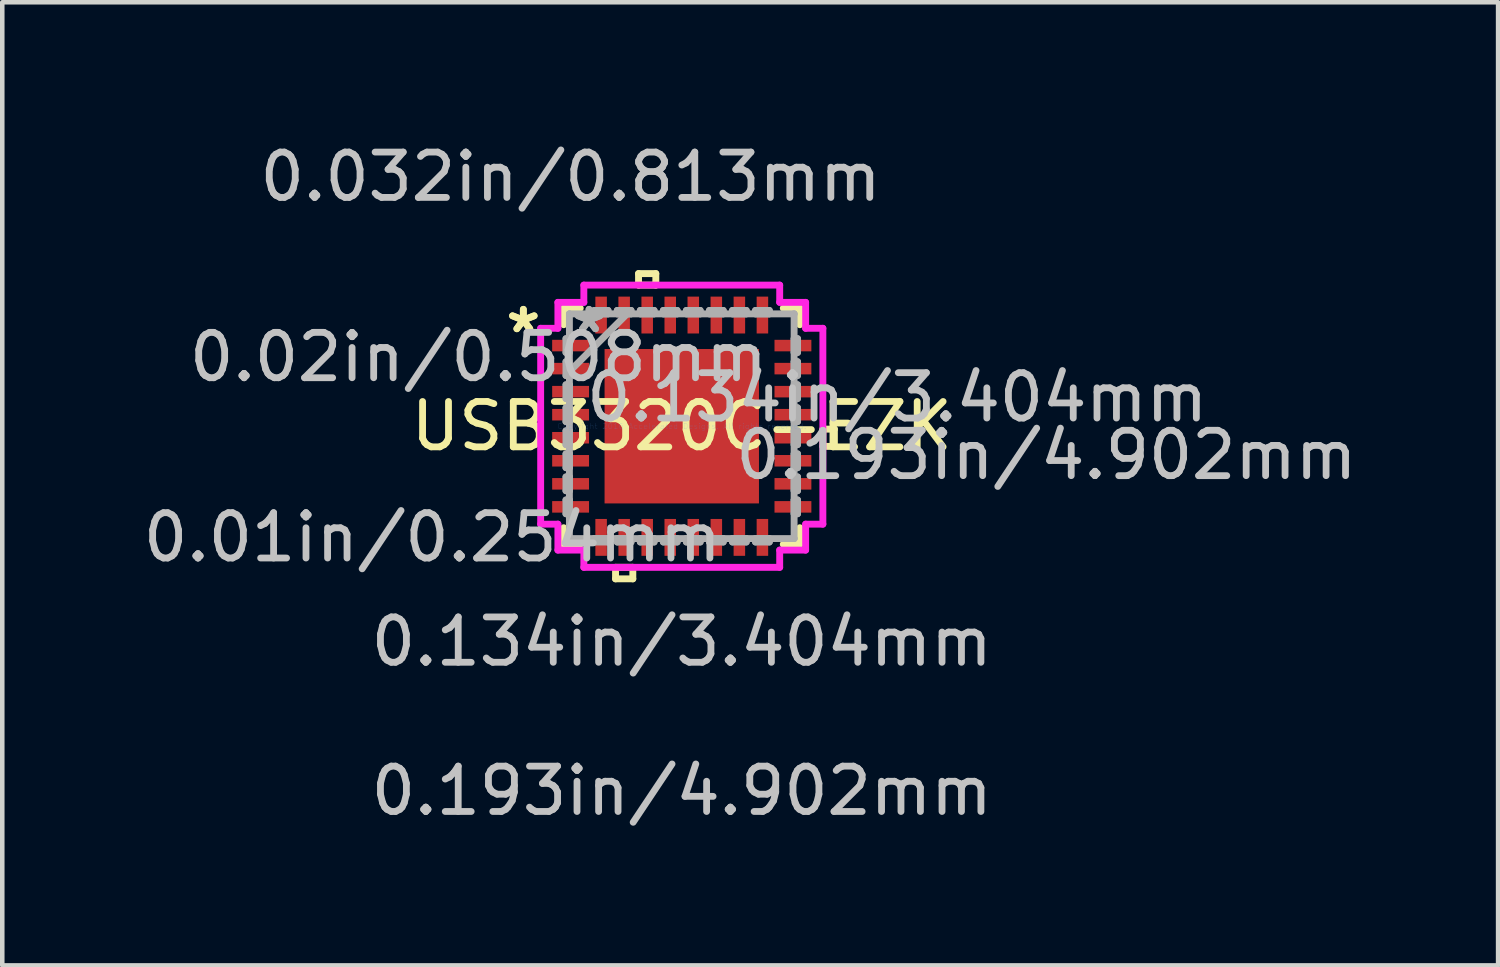
<source format=kicad_pcb>
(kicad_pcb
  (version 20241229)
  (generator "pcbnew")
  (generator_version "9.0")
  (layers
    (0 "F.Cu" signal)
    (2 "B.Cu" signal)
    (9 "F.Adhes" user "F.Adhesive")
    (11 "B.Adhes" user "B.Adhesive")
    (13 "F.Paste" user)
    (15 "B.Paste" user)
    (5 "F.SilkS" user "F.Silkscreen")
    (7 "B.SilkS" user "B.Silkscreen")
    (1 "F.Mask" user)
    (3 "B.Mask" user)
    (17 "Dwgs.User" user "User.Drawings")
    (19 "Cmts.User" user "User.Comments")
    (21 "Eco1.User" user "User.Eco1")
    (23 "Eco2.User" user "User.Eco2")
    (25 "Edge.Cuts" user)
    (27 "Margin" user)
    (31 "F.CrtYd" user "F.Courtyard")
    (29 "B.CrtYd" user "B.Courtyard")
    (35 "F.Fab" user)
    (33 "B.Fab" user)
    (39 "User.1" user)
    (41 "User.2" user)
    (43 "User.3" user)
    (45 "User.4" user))
  (footprint "USB3320C-EZK"
    (layer "F.Cu")
    (at 11.981 6.347)
    (property "Reference" "USB3320C-EZK" (at 0 0 0) (layer "F.SilkS") (effects (font (size 1 1) (thickness 0.15))))
    (attr through_hole)
    (fp_line (start -1.765 -1.765) (end -1.381 -1.765) (stroke (width 0.152) (type solid)) (layer "F.Mask"))
    (fp_line (start -1.765 -1.765) (end 1.765 -1.765) (stroke (width 0.152) (type solid)) (layer "F.Mask"))
    (fp_line (start -1.765 -1.381) (end -1.765 -1.765) (stroke (width 0.152) (type solid)) (layer "F.Mask"))
    (fp_line (start -1.765 -0.981) (end 1.765 -0.981) (stroke (width 0.152) (type solid)) (layer "F.Mask"))
    (fp_line (start -1.765 -0.594) (end -1.765 -0.981) (stroke (width 0.152) (type solid)) (layer "F.Mask"))
    (fp_line (start -1.765 -0.194) (end 1.765 -0.194) (stroke (width 0.152) (type solid)) (layer "F.Mask"))
    (fp_line (start -1.765 0.194) (end -1.765 -0.194) (stroke (width 0.152) (type solid)) (layer "F.Mask"))
    (fp_line (start -1.765 0.594) (end 1.765 0.594) (stroke (width 0.152) (type solid)) (layer "F.Mask"))
    (fp_line (start -1.765 0.981) (end -1.765 0.594) (stroke (width 0.152) (type solid)) (layer "F.Mask"))
    (fp_line (start -1.765 1.381) (end 1.765 1.381) (stroke (width 0.152) (type solid)) (layer "F.Mask"))
    (fp_line (start -1.765 1.765) (end -1.765 -1.765) (stroke (width 0.152) (type solid)) (layer "F.Mask"))
    (fp_line (start -1.765 1.765) (end -1.765 1.381) (stroke (width 0.152) (type solid)) (layer "F.Mask"))
    (fp_line (start -1.381 -1.765) (end -1.381 1.765) (stroke (width 0.152) (type solid)) (layer "F.Mask"))
    (fp_line (start -1.381 1.765) (end -1.765 1.765) (stroke (width 0.152) (type solid)) (layer "F.Mask"))
    (fp_line (start -0.981 -1.765) (end -0.981 1.765) (stroke (width 0.152) (type solid)) (layer "F.Mask"))
    (fp_line (start -0.981 1.765) (end -0.594 1.765) (stroke (width 0.152) (type solid)) (layer "F.Mask"))
    (fp_line (start -0.594 -1.765) (end -0.981 -1.765) (stroke (width 0.152) (type solid)) (layer "F.Mask"))
    (fp_line (start -0.594 1.765) (end -0.594 -1.765) (stroke (width 0.152) (type solid)) (layer "F.Mask"))
    (fp_line (start -0.194 -1.765) (end -0.194 1.765) (stroke (width 0.152) (type solid)) (layer "F.Mask"))
    (fp_line (start -0.194 1.765) (end 0.194 1.765) (stroke (width 0.152) (type solid)) (layer "F.Mask"))
    (fp_line (start 0.194 -1.765) (end -0.194 -1.765) (stroke (width 0.152) (type solid)) (layer "F.Mask"))
    (fp_line (start 0.194 1.765) (end 0.194 -1.765) (stroke (width 0.152) (type solid)) (layer "F.Mask"))
    (fp_line (start 0.594 -1.765) (end 0.594 1.765) (stroke (width 0.152) (type solid)) (layer "F.Mask"))
    (fp_line (start 0.594 1.765) (end 0.981 1.765) (stroke (width 0.152) (type solid)) (layer "F.Mask"))
    (fp_line (start 0.981 -1.765) (end 0.594 -1.765) (stroke (width 0.152) (type solid)) (layer "F.Mask"))
    (fp_line (start 0.981 1.765) (end 0.981 -1.765) (stroke (width 0.152) (type solid)) (layer "F.Mask"))
    (fp_line (start 1.381 -1.765) (end 1.765 -1.765) (stroke (width 0.152) (type solid)) (layer "F.Mask"))
    (fp_line (start 1.381 1.765) (end 1.381 -1.765) (stroke (width 0.152) (type solid)) (layer "F.Mask"))
    (fp_line (start 1.765 -1.765) (end 1.765 -1.381) (stroke (width 0.152) (type solid)) (layer "F.Mask"))
    (fp_line (start 1.765 -1.765) (end 1.765 1.765) (stroke (width 0.152) (type solid)) (layer "F.Mask"))
    (fp_line (start 1.765 -1.381) (end -1.765 -1.381) (stroke (width 0.152) (type solid)) (layer "F.Mask"))
    (fp_line (start 1.765 -0.981) (end 1.765 -0.594) (stroke (width 0.152) (type solid)) (layer "F.Mask"))
    (fp_line (start 1.765 -0.594) (end -1.765 -0.594) (stroke (width 0.152) (type solid)) (layer "F.Mask"))
    (fp_line (start 1.765 -0.194) (end 1.765 0.194) (stroke (width 0.152) (type solid)) (layer "F.Mask"))
    (fp_line (start 1.765 0.194) (end -1.765 0.194) (stroke (width 0.152) (type solid)) (layer "F.Mask"))
    (fp_line (start 1.765 0.594) (end 1.765 0.981) (stroke (width 0.152) (type solid)) (layer "F.Mask"))
    (fp_line (start 1.765 0.981) (end -1.765 0.981) (stroke (width 0.152) (type solid)) (layer "F.Mask"))
    (fp_line (start 1.765 1.381) (end 1.765 1.765) (stroke (width 0.152) (type solid)) (layer "F.Mask"))
    (fp_line (start 1.765 1.765) (end -1.765 1.765) (stroke (width 0.152) (type solid)) (layer "F.Mask"))
    (fp_line (start 1.765 1.765) (end 1.381 1.765) (stroke (width 0.152) (type solid)) (layer "F.Mask"))
    (fp_line (start -2.603 -2.603) (end -2.603 -2.238) (stroke (width 0.152) (type solid)) (layer "F.SilkS"))
    (fp_line (start -2.603 2.238) (end -2.603 2.603) (stroke (width 0.152) (type solid)) (layer "F.SilkS"))
    (fp_line (start -2.603 2.603) (end -2.238 2.603) (stroke (width 0.152) (type solid)) (layer "F.SilkS"))
    (fp_line (start -2.238 -2.603) (end -2.603 -2.603) (stroke (width 0.152) (type solid)) (layer "F.SilkS"))
    (fp_line (start -1.46 3.111) (end -1.46 3.365) (stroke (width 0.152) (type solid)) (layer "F.SilkS"))
    (fp_line (start -1.46 3.365) (end -1.079 3.365) (stroke (width 0.152) (type solid)) (layer "F.SilkS"))
    (fp_line (start -1.079 3.111) (end -1.46 3.111) (stroke (width 0.152) (type solid)) (layer "F.SilkS"))
    (fp_line (start -1.079 3.365) (end -1.079 3.111) (stroke (width 0.152) (type solid)) (layer "F.SilkS"))
    (fp_line (start -0.953 -3.365) (end -0.572 -3.365) (stroke (width 0.152) (type solid)) (layer "F.SilkS"))
    (fp_line (start -0.953 -3.111) (end -0.953 -3.365) (stroke (width 0.152) (type solid)) (layer "F.SilkS"))
    (fp_line (start -0.572 -3.365) (end -0.572 -3.111) (stroke (width 0.152) (type solid)) (layer "F.SilkS"))
    (fp_line (start -0.572 -3.111) (end -0.953 -3.111) (stroke (width 0.152) (type solid)) (layer "F.SilkS"))
    (fp_line (start 2.238 2.603) (end 2.603 2.603) (stroke (width 0.152) (type solid)) (layer "F.SilkS"))
    (fp_line (start 2.603 -2.603) (end 2.238 -2.603) (stroke (width 0.152) (type solid)) (layer "F.SilkS"))
    (fp_line (start 2.603 -2.238) (end 2.603 -2.603) (stroke (width 0.152) (type solid)) (layer "F.SilkS"))
    (fp_line (start 2.603 2.603) (end 2.603 2.238) (stroke (width 0.152) (type solid)) (layer "F.SilkS"))
    (fp_line (start 3.111 0.064) (end 3.365 0.064) (stroke (width 0.152) (type solid)) (layer "F.SilkS"))
    (fp_line (start 3.111 0.445) (end 3.111 0.064) (stroke (width 0.152) (type solid)) (layer "F.SilkS"))
    (fp_line (start 3.365 0.064) (end 3.365 0.445) (stroke (width 0.152) (type solid)) (layer "F.SilkS"))
    (fp_line (start 3.365 0.445) (end 3.111 0.445) (stroke (width 0.152) (type solid)) (layer "F.SilkS"))
    (fp_line (start -1.627 -1.627) (end -1.627 -1.281) (stroke (width 0.152) (type solid)) (layer "F.Paste"))
    (fp_line (start -1.627 -1.281) (end -1.423 -1.281) (stroke (width 0.152) (type solid)) (layer "F.Paste"))
    (fp_line (start -1.627 -1.081) (end -1.627 -0.494) (stroke (width 0.152) (type solid)) (layer "F.Paste"))
    (fp_line (start -1.627 -0.494) (end -1.423 -0.494) (stroke (width 0.152) (type solid)) (layer "F.Paste"))
    (fp_line (start -1.627 -0.294) (end -1.627 0.294) (stroke (width 0.152) (type solid)) (layer "F.Paste"))
    (fp_line (start -1.627 0.294) (end -1.423 0.294) (stroke (width 0.152) (type solid)) (layer "F.Paste"))
    (fp_line (start -1.627 0.494) (end -1.627 1.081) (stroke (width 0.152) (type solid)) (layer "F.Paste"))
    (fp_line (start -1.627 1.081) (end -1.423 1.081) (stroke (width 0.152) (type solid)) (layer "F.Paste"))
    (fp_line (start -1.627 1.281) (end -1.627 1.627) (stroke (width 0.152) (type solid)) (layer "F.Paste"))
    (fp_line (start -1.627 1.627) (end -1.281 1.627) (stroke (width 0.152) (type solid)) (layer "F.Paste"))
    (fp_line (start -1.423 -1.281) (end -1.423 -1.281) (stroke (width 0.152) (type solid)) (layer "F.Paste"))
    (fp_line (start -1.423 -1.281) (end -1.281 -1.423) (stroke (width 0.152) (type solid)) (layer "F.Paste"))
    (fp_line (start -1.423 -1.081) (end -1.627 -1.081) (stroke (width 0.152) (type solid)) (layer "F.Paste"))
    (fp_line (start -1.423 -1.081) (end -1.423 -1.081) (stroke (width 0.152) (type solid)) (layer "F.Paste"))
    (fp_line (start -1.423 -0.494) (end -1.423 -0.494) (stroke (width 0.152) (type solid)) (layer "F.Paste"))
    (fp_line (start -1.423 -0.494) (end -1.281 -0.635) (stroke (width 0.152) (type solid)) (layer "F.Paste"))
    (fp_line (start -1.423 -0.294) (end -1.627 -0.294) (stroke (width 0.152) (type solid)) (layer "F.Paste"))
    (fp_line (start -1.423 -0.294) (end -1.423 -0.294) (stroke (width 0.152) (type solid)) (layer "F.Paste"))
    (fp_line (start -1.423 0.294) (end -1.423 0.294) (stroke (width 0.152) (type solid)) (layer "F.Paste"))
    (fp_line (start -1.423 0.294) (end -1.281 0.152) (stroke (width 0.152) (type solid)) (layer "F.Paste"))
    (fp_line (start -1.423 0.494) (end -1.627 0.494) (stroke (width 0.152) (type solid)) (layer "F.Paste"))
    (fp_line (start -1.423 0.494) (end -1.423 0.494) (stroke (width 0.152) (type solid)) (layer "F.Paste"))
    (fp_line (start -1.423 1.081) (end -1.423 1.081) (stroke (width 0.152) (type solid)) (layer "F.Paste"))
    (fp_line (start -1.423 1.081) (end -1.281 0.94) (stroke (width 0.152) (type solid)) (layer "F.Paste"))
    (fp_line (start -1.423 1.281) (end -1.627 1.281) (stroke (width 0.152) (type solid)) (layer "F.Paste"))
    (fp_line (start -1.423 1.281) (end -1.423 1.281) (stroke (width 0.152) (type solid)) (layer "F.Paste"))
    (fp_line (start -1.281 -1.627) (end -1.627 -1.627) (stroke (width 0.152) (type solid)) (layer "F.Paste"))
    (fp_line (start -1.281 -1.423) (end -1.281 -1.627) (stroke (width 0.152) (type solid)) (layer "F.Paste"))
    (fp_line (start -1.281 -1.423) (end -1.281 -1.423) (stroke (width 0.152) (type solid)) (layer "F.Paste"))
    (fp_line (start -1.281 -0.94) (end -1.423 -1.081) (stroke (width 0.152) (type solid)) (layer "F.Paste"))
    (fp_line (start -1.281 -0.94) (end -1.281 -0.94) (stroke (width 0.152) (type solid)) (layer "F.Paste"))
    (fp_line (start -1.281 -0.635) (end -1.281 -0.94) (stroke (width 0.152) (type solid)) (layer "F.Paste"))
    (fp_line (start -1.281 -0.635) (end -1.281 -0.635) (stroke (width 0.152) (type solid)) (layer "F.Paste"))
    (fp_line (start -1.281 -0.152) (end -1.423 -0.294) (stroke (width 0.152) (type solid)) (layer "F.Paste"))
    (fp_line (start -1.281 -0.152) (end -1.281 -0.152) (stroke (width 0.152) (type solid)) (layer "F.Paste"))
    (fp_line (start -1.281 0.152) (end -1.281 -0.152) (stroke (width 0.152) (type solid)) (layer "F.Paste"))
    (fp_line (start -1.281 0.152) (end -1.281 0.152) (stroke (width 0.152) (type solid)) (layer "F.Paste"))
    (fp_line (start -1.281 0.635) (end -1.423 0.494) (stroke (width 0.152) (type solid)) (layer "F.Paste"))
    (fp_line (start -1.281 0.635) (end -1.281 0.635) (stroke (width 0.152) (type solid)) (layer "F.Paste"))
    (fp_line (start -1.281 0.94) (end -1.281 0.635) (stroke (width 0.152) (type solid)) (layer "F.Paste"))
    (fp_line (start -1.281 0.94) (end -1.281 0.94) (stroke (width 0.152) (type solid)) (layer "F.Paste"))
    (fp_line (start -1.281 1.423) (end -1.423 1.281) (stroke (width 0.152) (type solid)) (layer "F.Paste"))
    (fp_line (start -1.281 1.423) (end -1.281 1.423) (stroke (width 0.152) (type solid)) (layer "F.Paste"))
    (fp_line (start -1.281 1.627) (end -1.281 1.423) (stroke (width 0.152) (type solid)) (layer "F.Paste"))
    (fp_line (start -1.081 -1.627) (end -1.081 -1.423) (stroke (width 0.152) (type solid)) (layer "F.Paste"))
    (fp_line (start -1.081 -1.423) (end -1.081 -1.423) (stroke (width 0.152) (type solid)) (layer "F.Paste"))
    (fp_line (start -1.081 -1.423) (end -0.94 -1.281) (stroke (width 0.152) (type solid)) (layer "F.Paste"))
    (fp_line (start -1.081 -0.94) (end -1.081 -0.94) (stroke (width 0.152) (type solid)) (layer "F.Paste"))
    (fp_line (start -1.081 -0.94) (end -1.081 -0.635) (stroke (width 0.152) (type solid)) (layer "F.Paste"))
    (fp_line (start -1.081 -0.635) (end -1.081 -0.635) (stroke (width 0.152) (type solid)) (layer "F.Paste"))
    (fp_line (start -1.081 -0.635) (end -0.94 -0.494) (stroke (width 0.152) (type solid)) (layer "F.Paste"))
    (fp_line (start -1.081 -0.152) (end -1.081 -0.152) (stroke (width 0.152) (type solid)) (layer "F.Paste"))
    (fp_line (start -1.081 -0.152) (end -1.081 0.152) (stroke (width 0.152) (type solid)) (layer "F.Paste"))
    (fp_line (start -1.081 0.152) (end -1.081 0.152) (stroke (width 0.152) (type solid)) (layer "F.Paste"))
    (fp_line (start -1.081 0.152) (end -0.94 0.294) (stroke (width 0.152) (type solid)) (layer "F.Paste"))
    (fp_line (start -1.081 0.635) (end -1.081 0.635) (stroke (width 0.152) (type solid)) (layer "F.Paste"))
    (fp_line (start -1.081 0.635) (end -1.081 0.94) (stroke (width 0.152) (type solid)) (layer "F.Paste"))
    (fp_line (start -1.081 0.94) (end -1.081 0.94) (stroke (width 0.152) (type solid)) (layer "F.Paste"))
    (fp_line (start -1.081 0.94) (end -0.94 1.081) (stroke (width 0.152) (type solid)) (layer "F.Paste"))
    (fp_line (start -1.081 1.423) (end -1.081 1.423) (stroke (width 0.152) (type solid)) (layer "F.Paste"))
    (fp_line (start -1.081 1.423) (end -1.081 1.627) (stroke (width 0.152) (type solid)) (layer "F.Paste"))
    (fp_line (start -1.081 1.627) (end -0.494 1.627) (stroke (width 0.152) (type solid)) (layer "F.Paste"))
    (fp_line (start -0.94 -1.281) (end -0.94 -1.281) (stroke (width 0.152) (type solid)) (layer "F.Paste"))
    (fp_line (start -0.94 -1.281) (end -0.635 -1.281) (stroke (width 0.152) (type solid)) (layer "F.Paste"))
    (fp_line (start -0.94 -1.081) (end -1.081 -0.94) (stroke (width 0.152) (type solid)) (layer "F.Paste"))
    (fp_line (start -0.94 -1.081) (end -0.94 -1.081) (stroke (width 0.152) (type solid)) (layer "F.Paste"))
    (fp_line (start -0.94 -0.494) (end -0.94 -0.494) (stroke (width 0.152) (type solid)) (layer "F.Paste"))
    (fp_line (start -0.94 -0.494) (end -0.635 -0.494) (stroke (width 0.152) (type solid)) (layer "F.Paste"))
    (fp_line (start -0.94 -0.294) (end -1.081 -0.152) (stroke (width 0.152) (type solid)) (layer "F.Paste"))
    (fp_line (start -0.94 -0.294) (end -0.94 -0.294) (stroke (width 0.152) (type solid)) (layer "F.Paste"))
    (fp_line (start -0.94 0.294) (end -0.94 0.294) (stroke (width 0.152) (type solid)) (layer "F.Paste"))
    (fp_line (start -0.94 0.294) (end -0.635 0.294) (stroke (width 0.152) (type solid)) (layer "F.Paste"))
    (fp_line (start -0.94 0.494) (end -1.081 0.635) (stroke (width 0.152) (type solid)) (layer "F.Paste"))
    (fp_line (start -0.94 0.494) (end -0.94 0.494) (stroke (width 0.152) (type solid)) (layer "F.Paste"))
    (fp_line (start -0.94 1.081) (end -0.94 1.081) (stroke (width 0.152) (type solid)) (layer "F.Paste"))
    (fp_line (start -0.94 1.081) (end -0.635 1.081) (stroke (width 0.152) (type solid)) (layer "F.Paste"))
    (fp_line (start -0.94 1.281) (end -1.081 1.423) (stroke (width 0.152) (type solid)) (layer "F.Paste"))
    (fp_line (start -0.94 1.281) (end -0.94 1.281) (stroke (width 0.152) (type solid)) (layer "F.Paste"))
    (fp_line (start -0.635 -1.281) (end -0.635 -1.281) (stroke (width 0.152) (type solid)) (layer "F.Paste"))
    (fp_line (start -0.635 -1.281) (end -0.494 -1.423) (stroke (width 0.152) (type solid)) (layer "F.Paste"))
    (fp_line (start -0.635 -1.081) (end -0.94 -1.081) (stroke (width 0.152) (type solid)) (layer "F.Paste"))
    (fp_line (start -0.635 -1.081) (end -0.635 -1.081) (stroke (width 0.152) (type solid)) (layer "F.Paste"))
    (fp_line (start -0.635 -0.494) (end -0.635 -0.494) (stroke (width 0.152) (type solid)) (layer "F.Paste"))
    (fp_line (start -0.635 -0.494) (end -0.494 -0.635) (stroke (width 0.152) (type solid)) (layer "F.Paste"))
    (fp_line (start -0.635 -0.294) (end -0.94 -0.294) (stroke (width 0.152) (type solid)) (layer "F.Paste"))
    (fp_line (start -0.635 -0.294) (end -0.635 -0.294) (stroke (width 0.152) (type solid)) (layer "F.Paste"))
    (fp_line (start -0.635 0.294) (end -0.635 0.294) (stroke (width 0.152) (type solid)) (layer "F.Paste"))
    (fp_line (start -0.635 0.294) (end -0.494 0.152) (stroke (width 0.152) (type solid)) (layer "F.Paste"))
    (fp_line (start -0.635 0.494) (end -0.94 0.494) (stroke (width 0.152) (type solid)) (layer "F.Paste"))
    (fp_line (start -0.635 0.494) (end -0.635 0.494) (stroke (width 0.152) (type solid)) (layer "F.Paste"))
    (fp_line (start -0.635 1.081) (end -0.635 1.081) (stroke (width 0.152) (type solid)) (layer "F.Paste"))
    (fp_line (start -0.635 1.081) (end -0.494 0.94) (stroke (width 0.152) (type solid)) (layer "F.Paste"))
    (fp_line (start -0.635 1.281) (end -0.94 1.281) (stroke (width 0.152) (type solid)) (layer "F.Paste"))
    (fp_line (start -0.635 1.281) (end -0.635 1.281) (stroke (width 0.152) (type solid)) (layer "F.Paste"))
    (fp_line (start -0.494 -1.627) (end -1.081 -1.627) (stroke (width 0.152) (type solid)) (layer "F.Paste"))
    (fp_line (start -0.494 -1.423) (end -0.494 -1.627) (stroke (width 0.152) (type solid)) (layer "F.Paste"))
    (fp_line (start -0.494 -1.423) (end -0.494 -1.423) (stroke (width 0.152) (type solid)) (layer "F.Paste"))
    (fp_line (start -0.494 -0.94) (end -0.635 -1.081) (stroke (width 0.152) (type solid)) (layer "F.Paste"))
    (fp_line (start -0.494 -0.94) (end -0.494 -0.94) (stroke (width 0.152) (type solid)) (layer "F.Paste"))
    (fp_line (start -0.494 -0.635) (end -0.494 -0.94) (stroke (width 0.152) (type solid)) (layer "F.Paste"))
    (fp_line (start -0.494 -0.635) (end -0.494 -0.635) (stroke (width 0.152) (type solid)) (layer "F.Paste"))
    (fp_line (start -0.494 -0.152) (end -0.635 -0.294) (stroke (width 0.152) (type solid)) (layer "F.Paste"))
    (fp_line (start -0.494 -0.152) (end -0.494 -0.152) (stroke (width 0.152) (type solid)) (layer "F.Paste"))
    (fp_line (start -0.494 0.152) (end -0.494 -0.152) (stroke (width 0.152) (type solid)) (layer "F.Paste"))
    (fp_line (start -0.494 0.152) (end -0.494 0.152) (stroke (width 0.152) (type solid)) (layer "F.Paste"))
    (fp_line (start -0.494 0.635) (end -0.635 0.494) (stroke (width 0.152) (type solid)) (layer "F.Paste"))
    (fp_line (start -0.494 0.635) (end -0.494 0.635) (stroke (width 0.152) (type solid)) (layer "F.Paste"))
    (fp_line (start -0.494 0.94) (end -0.494 0.635) (stroke (width 0.152) (type solid)) (layer "F.Paste"))
    (fp_line (start -0.494 0.94) (end -0.494 0.94) (stroke (width 0.152) (type solid)) (layer "F.Paste"))
    (fp_line (start -0.494 1.423) (end -0.635 1.281) (stroke (width 0.152) (type solid)) (layer "F.Paste"))
    (fp_line (start -0.494 1.423) (end -0.494 1.423) (stroke (width 0.152) (type solid)) (layer "F.Paste"))
    (fp_line (start -0.494 1.627) (end -0.494 1.423) (stroke (width 0.152) (type solid)) (layer "F.Paste"))
    (fp_line (start -0.294 -1.627) (end -0.294 -1.423) (stroke (width 0.152) (type solid)) (layer "F.Paste"))
    (fp_line (start -0.294 -1.423) (end -0.294 -1.423) (stroke (width 0.152) (type solid)) (layer "F.Paste"))
    (fp_line (start -0.294 -1.423) (end -0.152 -1.281) (stroke (width 0.152) (type solid)) (layer "F.Paste"))
    (fp_line (start -0.294 -0.94) (end -0.294 -0.94) (stroke (width 0.152) (type solid)) (layer "F.Paste"))
    (fp_line (start -0.294 -0.94) (end -0.294 -0.635) (stroke (width 0.152) (type solid)) (layer "F.Paste"))
    (fp_line (start -0.294 -0.635) (end -0.294 -0.635) (stroke (width 0.152) (type solid)) (layer "F.Paste"))
    (fp_line (start -0.294 -0.635) (end -0.152 -0.494) (stroke (width 0.152) (type solid)) (layer "F.Paste"))
    (fp_line (start -0.294 -0.152) (end -0.294 -0.152) (stroke (width 0.152) (type solid)) (layer "F.Paste"))
    (fp_line (start -0.294 -0.152) (end -0.294 0.152) (stroke (width 0.152) (type solid)) (layer "F.Paste"))
    (fp_line (start -0.294 0.152) (end -0.294 0.152) (stroke (width 0.152) (type solid)) (layer "F.Paste"))
    (fp_line (start -0.294 0.152) (end -0.152 0.294) (stroke (width 0.152) (type solid)) (layer "F.Paste"))
    (fp_line (start -0.294 0.635) (end -0.294 0.635) (stroke (width 0.152) (type solid)) (layer "F.Paste"))
    (fp_line (start -0.294 0.635) (end -0.294 0.94) (stroke (width 0.152) (type solid)) (layer "F.Paste"))
    (fp_line (start -0.294 0.94) (end -0.294 0.94) (stroke (width 0.152) (type solid)) (layer "F.Paste"))
    (fp_line (start -0.294 0.94) (end -0.152 1.081) (stroke (width 0.152) (type solid)) (layer "F.Paste"))
    (fp_line (start -0.294 1.423) (end -0.294 1.423) (stroke (width 0.152) (type solid)) (layer "F.Paste"))
    (fp_line (start -0.294 1.423) (end -0.294 1.627) (stroke (width 0.152) (type solid)) (layer "F.Paste"))
    (fp_line (start -0.294 1.627) (end 0.294 1.627) (stroke (width 0.152) (type solid)) (layer "F.Paste"))
    (fp_line (start -0.152 -1.281) (end -0.152 -1.281) (stroke (width 0.152) (type solid)) (layer "F.Paste"))
    (fp_line (start -0.152 -1.281) (end 0.152 -1.281) (stroke (width 0.152) (type solid)) (layer "F.Paste"))
    (fp_line (start -0.152 -1.081) (end -0.294 -0.94) (stroke (width 0.152) (type solid)) (layer "F.Paste"))
    (fp_line (start -0.152 -1.081) (end -0.152 -1.081) (stroke (width 0.152) (type solid)) (layer "F.Paste"))
    (fp_line (start -0.152 -0.494) (end -0.152 -0.494) (stroke (width 0.152) (type solid)) (layer "F.Paste"))
    (fp_line (start -0.152 -0.494) (end 0.152 -0.494) (stroke (width 0.152) (type solid)) (layer "F.Paste"))
    (fp_line (start -0.152 -0.294) (end -0.294 -0.152) (stroke (width 0.152) (type solid)) (layer "F.Paste"))
    (fp_line (start -0.152 -0.294) (end -0.152 -0.294) (stroke (width 0.152) (type solid)) (layer "F.Paste"))
    (fp_line (start -0.152 0.294) (end -0.152 0.294) (stroke (width 0.152) (type solid)) (layer "F.Paste"))
    (fp_line (start -0.152 0.294) (end 0.152 0.294) (stroke (width 0.152) (type solid)) (layer "F.Paste"))
    (fp_line (start -0.152 0.494) (end -0.294 0.635) (stroke (width 0.152) (type solid)) (layer "F.Paste"))
    (fp_line (start -0.152 0.494) (end -0.152 0.494) (stroke (width 0.152) (type solid)) (layer "F.Paste"))
    (fp_line (start -0.152 1.081) (end -0.152 1.081) (stroke (width 0.152) (type solid)) (layer "F.Paste"))
    (fp_line (start -0.152 1.081) (end 0.152 1.081) (stroke (width 0.152) (type solid)) (layer "F.Paste"))
    (fp_line (start -0.152 1.281) (end -0.294 1.423) (stroke (width 0.152) (type solid)) (layer "F.Paste"))
    (fp_line (start -0.152 1.281) (end -0.152 1.281) (stroke (width 0.152) (type solid)) (layer "F.Paste"))
    (fp_line (start 0.152 -1.281) (end 0.152 -1.281) (stroke (width 0.152) (type solid)) (layer "F.Paste"))
    (fp_line (start 0.152 -1.281) (end 0.294 -1.423) (stroke (width 0.152) (type solid)) (layer "F.Paste"))
    (fp_line (start 0.152 -1.081) (end -0.152 -1.081) (stroke (width 0.152) (type solid)) (layer "F.Paste"))
    (fp_line (start 0.152 -1.081) (end 0.152 -1.081) (stroke (width 0.152) (type solid)) (layer "F.Paste"))
    (fp_line (start 0.152 -0.494) (end 0.152 -0.494) (stroke (width 0.152) (type solid)) (layer "F.Paste"))
    (fp_line (start 0.152 -0.494) (end 0.294 -0.635) (stroke (width 0.152) (type solid)) (layer "F.Paste"))
    (fp_line (start 0.152 -0.294) (end -0.152 -0.294) (stroke (width 0.152) (type solid)) (layer "F.Paste"))
    (fp_line (start 0.152 -0.294) (end 0.152 -0.294) (stroke (width 0.152) (type solid)) (layer "F.Paste"))
    (fp_line (start 0.152 0.294) (end 0.152 0.294) (stroke (width 0.152) (type solid)) (layer "F.Paste"))
    (fp_line (start 0.152 0.294) (end 0.294 0.152) (stroke (width 0.152) (type solid)) (layer "F.Paste"))
    (fp_line (start 0.152 0.494) (end -0.152 0.494) (stroke (width 0.152) (type solid)) (layer "F.Paste"))
    (fp_line (start 0.152 0.494) (end 0.152 0.494) (stroke (width 0.152) (type solid)) (layer "F.Paste"))
    (fp_line (start 0.152 1.081) (end 0.152 1.081) (stroke (width 0.152) (type solid)) (layer "F.Paste"))
    (fp_line (start 0.152 1.081) (end 0.294 0.94) (stroke (width 0.152) (type solid)) (layer "F.Paste"))
    (fp_line (start 0.152 1.281) (end -0.152 1.281) (stroke (width 0.152) (type solid)) (layer "F.Paste"))
    (fp_line (start 0.152 1.281) (end 0.152 1.281) (stroke (width 0.152) (type solid)) (layer "F.Paste"))
    (fp_line (start 0.294 -1.627) (end -0.294 -1.627) (stroke (width 0.152) (type solid)) (layer "F.Paste"))
    (fp_line (start 0.294 -1.423) (end 0.294 -1.627) (stroke (width 0.152) (type solid)) (layer "F.Paste"))
    (fp_line (start 0.294 -1.423) (end 0.294 -1.423) (stroke (width 0.152) (type solid)) (layer "F.Paste"))
    (fp_line (start 0.294 -0.94) (end 0.152 -1.081) (stroke (width 0.152) (type solid)) (layer "F.Paste"))
    (fp_line (start 0.294 -0.94) (end 0.294 -0.94) (stroke (width 0.152) (type solid)) (layer "F.Paste"))
    (fp_line (start 0.294 -0.635) (end 0.294 -0.94) (stroke (width 0.152) (type solid)) (layer "F.Paste"))
    (fp_line (start 0.294 -0.635) (end 0.294 -0.635) (stroke (width 0.152) (type solid)) (layer "F.Paste"))
    (fp_line (start 0.294 -0.152) (end 0.152 -0.294) (stroke (width 0.152) (type solid)) (layer "F.Paste"))
    (fp_line (start 0.294 -0.152) (end 0.294 -0.152) (stroke (width 0.152) (type solid)) (layer "F.Paste"))
    (fp_line (start 0.294 0.152) (end 0.294 -0.152) (stroke (width 0.152) (type solid)) (layer "F.Paste"))
    (fp_line (start 0.294 0.152) (end 0.294 0.152) (stroke (width 0.152) (type solid)) (layer "F.Paste"))
    (fp_line (start 0.294 0.635) (end 0.152 0.494) (stroke (width 0.152) (type solid)) (layer "F.Paste"))
    (fp_line (start 0.294 0.635) (end 0.294 0.635) (stroke (width 0.152) (type solid)) (layer "F.Paste"))
    (fp_line (start 0.294 0.94) (end 0.294 0.635) (stroke (width 0.152) (type solid)) (layer "F.Paste"))
    (fp_line (start 0.294 0.94) (end 0.294 0.94) (stroke (width 0.152) (type solid)) (layer "F.Paste"))
    (fp_line (start 0.294 1.423) (end 0.152 1.281) (stroke (width 0.152) (type solid)) (layer "F.Paste"))
    (fp_line (start 0.294 1.423) (end 0.294 1.423) (stroke (width 0.152) (type solid)) (layer "F.Paste"))
    (fp_line (start 0.294 1.627) (end 0.294 1.423) (stroke (width 0.152) (type solid)) (layer "F.Paste"))
    (fp_line (start 0.494 -1.627) (end 0.494 -1.423) (stroke (width 0.152) (type solid)) (layer "F.Paste"))
    (fp_line (start 0.494 -1.423) (end 0.494 -1.423) (stroke (width 0.152) (type solid)) (layer "F.Paste"))
    (fp_line (start 0.494 -1.423) (end 0.635 -1.281) (stroke (width 0.152) (type solid)) (layer "F.Paste"))
    (fp_line (start 0.494 -0.94) (end 0.494 -0.94) (stroke (width 0.152) (type solid)) (layer "F.Paste"))
    (fp_line (start 0.494 -0.94) (end 0.494 -0.635) (stroke (width 0.152) (type solid)) (layer "F.Paste"))
    (fp_line (start 0.494 -0.635) (end 0.494 -0.635) (stroke (width 0.152) (type solid)) (layer "F.Paste"))
    (fp_line (start 0.494 -0.635) (end 0.635 -0.494) (stroke (width 0.152) (type solid)) (layer "F.Paste"))
    (fp_line (start 0.494 -0.152) (end 0.494 -0.152) (stroke (width 0.152) (type solid)) (layer "F.Paste"))
    (fp_line (start 0.494 -0.152) (end 0.494 0.152) (stroke (width 0.152) (type solid)) (layer "F.Paste"))
    (fp_line (start 0.494 0.152) (end 0.494 0.152) (stroke (width 0.152) (type solid)) (layer "F.Paste"))
    (fp_line (start 0.494 0.152) (end 0.635 0.294) (stroke (width 0.152) (type solid)) (layer "F.Paste"))
    (fp_line (start 0.494 0.635) (end 0.494 0.635) (stroke (width 0.152) (type solid)) (layer "F.Paste"))
    (fp_line (start 0.494 0.635) (end 0.494 0.94) (stroke (width 0.152) (type solid)) (layer "F.Paste"))
    (fp_line (start 0.494 0.94) (end 0.494 0.94) (stroke (width 0.152) (type solid)) (layer "F.Paste"))
    (fp_line (start 0.494 0.94) (end 0.635 1.081) (stroke (width 0.152) (type solid)) (layer "F.Paste"))
    (fp_line (start 0.494 1.423) (end 0.494 1.423) (stroke (width 0.152) (type solid)) (layer "F.Paste"))
    (fp_line (start 0.494 1.423) (end 0.494 1.627) (stroke (width 0.152) (type solid)) (layer "F.Paste"))
    (fp_line (start 0.494 1.627) (end 1.081 1.627) (stroke (width 0.152) (type solid)) (layer "F.Paste"))
    (fp_line (start 0.635 -1.281) (end 0.635 -1.281) (stroke (width 0.152) (type solid)) (layer "F.Paste"))
    (fp_line (start 0.635 -1.281) (end 0.94 -1.281) (stroke (width 0.152) (type solid)) (layer "F.Paste"))
    (fp_line (start 0.635 -1.081) (end 0.494 -0.94) (stroke (width 0.152) (type solid)) (layer "F.Paste"))
    (fp_line (start 0.635 -1.081) (end 0.635 -1.081) (stroke (width 0.152) (type solid)) (layer "F.Paste"))
    (fp_line (start 0.635 -0.494) (end 0.635 -0.494) (stroke (width 0.152) (type solid)) (layer "F.Paste"))
    (fp_line (start 0.635 -0.494) (end 0.94 -0.494) (stroke (width 0.152) (type solid)) (layer "F.Paste"))
    (fp_line (start 0.635 -0.294) (end 0.494 -0.152) (stroke (width 0.152) (type solid)) (layer "F.Paste"))
    (fp_line (start 0.635 -0.294) (end 0.635 -0.294) (stroke (width 0.152) (type solid)) (layer "F.Paste"))
    (fp_line (start 0.635 0.294) (end 0.635 0.294) (stroke (width 0.152) (type solid)) (layer "F.Paste"))
    (fp_line (start 0.635 0.294) (end 0.94 0.294) (stroke (width 0.152) (type solid)) (layer "F.Paste"))
    (fp_line (start 0.635 0.494) (end 0.494 0.635) (stroke (width 0.152) (type solid)) (layer "F.Paste"))
    (fp_line (start 0.635 0.494) (end 0.635 0.494) (stroke (width 0.152) (type solid)) (layer "F.Paste"))
    (fp_line (start 0.635 1.081) (end 0.635 1.081) (stroke (width 0.152) (type solid)) (layer "F.Paste"))
    (fp_line (start 0.635 1.081) (end 0.94 1.081) (stroke (width 0.152) (type solid)) (layer "F.Paste"))
    (fp_line (start 0.635 1.281) (end 0.494 1.423) (stroke (width 0.152) (type solid)) (layer "F.Paste"))
    (fp_line (start 0.635 1.281) (end 0.635 1.281) (stroke (width 0.152) (type solid)) (layer "F.Paste"))
    (fp_line (start 0.94 -1.281) (end 0.94 -1.281) (stroke (width 0.152) (type solid)) (layer "F.Paste"))
    (fp_line (start 0.94 -1.281) (end 1.081 -1.423) (stroke (width 0.152) (type solid)) (layer "F.Paste"))
    (fp_line (start 0.94 -1.081) (end 0.635 -1.081) (stroke (width 0.152) (type solid)) (layer "F.Paste"))
    (fp_line (start 0.94 -1.081) (end 0.94 -1.081) (stroke (width 0.152) (type solid)) (layer "F.Paste"))
    (fp_line (start 0.94 -0.494) (end 0.94 -0.494) (stroke (width 0.152) (type solid)) (layer "F.Paste"))
    (fp_line (start 0.94 -0.494) (end 1.081 -0.635) (stroke (width 0.152) (type solid)) (layer "F.Paste"))
    (fp_line (start 0.94 -0.294) (end 0.635 -0.294) (stroke (width 0.152) (type solid)) (layer "F.Paste"))
    (fp_line (start 0.94 -0.294) (end 0.94 -0.294) (stroke (width 0.152) (type solid)) (layer "F.Paste"))
    (fp_line (start 0.94 0.294) (end 0.94 0.294) (stroke (width 0.152) (type solid)) (layer "F.Paste"))
    (fp_line (start 0.94 0.294) (end 1.081 0.152) (stroke (width 0.152) (type solid)) (layer "F.Paste"))
    (fp_line (start 0.94 0.494) (end 0.635 0.494) (stroke (width 0.152) (type solid)) (layer "F.Paste"))
    (fp_line (start 0.94 0.494) (end 0.94 0.494) (stroke (width 0.152) (type solid)) (layer "F.Paste"))
    (fp_line (start 0.94 1.081) (end 0.94 1.081) (stroke (width 0.152) (type solid)) (layer "F.Paste"))
    (fp_line (start 0.94 1.081) (end 1.081 0.94) (stroke (width 0.152) (type solid)) (layer "F.Paste"))
    (fp_line (start 0.94 1.281) (end 0.635 1.281) (stroke (width 0.152) (type solid)) (layer "F.Paste"))
    (fp_line (start 0.94 1.281) (end 0.94 1.281) (stroke (width 0.152) (type solid)) (layer "F.Paste"))
    (fp_line (start 1.081 -1.627) (end 0.494 -1.627) (stroke (width 0.152) (type solid)) (layer "F.Paste"))
    (fp_line (start 1.081 -1.423) (end 1.081 -1.627) (stroke (width 0.152) (type solid)) (layer "F.Paste"))
    (fp_line (start 1.081 -1.423) (end 1.081 -1.423) (stroke (width 0.152) (type solid)) (layer "F.Paste"))
    (fp_line (start 1.081 -0.94) (end 0.94 -1.081) (stroke (width 0.152) (type solid)) (layer "F.Paste"))
    (fp_line (start 1.081 -0.94) (end 1.081 -0.94) (stroke (width 0.152) (type solid)) (layer "F.Paste"))
    (fp_line (start 1.081 -0.635) (end 1.081 -0.94) (stroke (width 0.152) (type solid)) (layer "F.Paste"))
    (fp_line (start 1.081 -0.635) (end 1.081 -0.635) (stroke (width 0.152) (type solid)) (layer "F.Paste"))
    (fp_line (start 1.081 -0.152) (end 0.94 -0.294) (stroke (width 0.152) (type solid)) (layer "F.Paste"))
    (fp_line (start 1.081 -0.152) (end 1.081 -0.152) (stroke (width 0.152) (type solid)) (layer "F.Paste"))
    (fp_line (start 1.081 0.152) (end 1.081 -0.152) (stroke (width 0.152) (type solid)) (layer "F.Paste"))
    (fp_line (start 1.081 0.152) (end 1.081 0.152) (stroke (width 0.152) (type solid)) (layer "F.Paste"))
    (fp_line (start 1.081 0.635) (end 0.94 0.494) (stroke (width 0.152) (type solid)) (layer "F.Paste"))
    (fp_line (start 1.081 0.635) (end 1.081 0.635) (stroke (width 0.152) (type solid)) (layer "F.Paste"))
    (fp_line (start 1.081 0.94) (end 1.081 0.635) (stroke (width 0.152) (type solid)) (layer "F.Paste"))
    (fp_line (start 1.081 0.94) (end 1.081 0.94) (stroke (width 0.152) (type solid)) (layer "F.Paste"))
    (fp_line (start 1.081 1.423) (end 0.94 1.281) (stroke (width 0.152) (type solid)) (layer "F.Paste"))
    (fp_line (start 1.081 1.423) (end 1.081 1.423) (stroke (width 0.152) (type solid)) (layer "F.Paste"))
    (fp_line (start 1.081 1.627) (end 1.081 1.423) (stroke (width 0.152) (type solid)) (layer "F.Paste"))
    (fp_line (start 1.281 -1.627) (end 1.281 -1.423) (stroke (width 0.152) (type solid)) (layer "F.Paste"))
    (fp_line (start 1.281 -1.423) (end 1.281 -1.423) (stroke (width 0.152) (type solid)) (layer "F.Paste"))
    (fp_line (start 1.281 -1.423) (end 1.423 -1.281) (stroke (width 0.152) (type solid)) (layer "F.Paste"))
    (fp_line (start 1.281 -0.94) (end 1.281 -0.94) (stroke (width 0.152) (type solid)) (layer "F.Paste"))
    (fp_line (start 1.281 -0.94) (end 1.281 -0.635) (stroke (width 0.152) (type solid)) (layer "F.Paste"))
    (fp_line (start 1.281 -0.635) (end 1.281 -0.635) (stroke (width 0.152) (type solid)) (layer "F.Paste"))
    (fp_line (start 1.281 -0.635) (end 1.423 -0.494) (stroke (width 0.152) (type solid)) (layer "F.Paste"))
    (fp_line (start 1.281 -0.152) (end 1.281 -0.152) (stroke (width 0.152) (type solid)) (layer "F.Paste"))
    (fp_line (start 1.281 -0.152) (end 1.281 0.152) (stroke (width 0.152) (type solid)) (layer "F.Paste"))
    (fp_line (start 1.281 0.152) (end 1.281 0.152) (stroke (width 0.152) (type solid)) (layer "F.Paste"))
    (fp_line (start 1.281 0.152) (end 1.423 0.294) (stroke (width 0.152) (type solid)) (layer "F.Paste"))
    (fp_line (start 1.281 0.635) (end 1.281 0.635) (stroke (width 0.152) (type solid)) (layer "F.Paste"))
    (fp_line (start 1.281 0.635) (end 1.281 0.94) (stroke (width 0.152) (type solid)) (layer "F.Paste"))
    (fp_line (start 1.281 0.94) (end 1.281 0.94) (stroke (width 0.152) (type solid)) (layer "F.Paste"))
    (fp_line (start 1.281 0.94) (end 1.423 1.081) (stroke (width 0.152) (type solid)) (layer "F.Paste"))
    (fp_line (start 1.281 1.423) (end 1.281 1.423) (stroke (width 0.152) (type solid)) (layer "F.Paste"))
    (fp_line (start 1.281 1.423) (end 1.281 1.627) (stroke (width 0.152) (type solid)) (layer "F.Paste"))
    (fp_line (start 1.281 1.627) (end 1.627 1.627) (stroke (width 0.152) (type solid)) (layer "F.Paste"))
    (fp_line (start 1.423 -1.281) (end 1.423 -1.281) (stroke (width 0.152) (type solid)) (layer "F.Paste"))
    (fp_line (start 1.423 -1.281) (end 1.627 -1.281) (stroke (width 0.152) (type solid)) (layer "F.Paste"))
    (fp_line (start 1.423 -1.081) (end 1.281 -0.94) (stroke (width 0.152) (type solid)) (layer "F.Paste"))
    (fp_line (start 1.423 -1.081) (end 1.423 -1.081) (stroke (width 0.152) (type solid)) (layer "F.Paste"))
    (fp_line (start 1.423 -0.494) (end 1.423 -0.494) (stroke (width 0.152) (type solid)) (layer "F.Paste"))
    (fp_line (start 1.423 -0.494) (end 1.627 -0.494) (stroke (width 0.152) (type solid)) (layer "F.Paste"))
    (fp_line (start 1.423 -0.294) (end 1.281 -0.152) (stroke (width 0.152) (type solid)) (layer "F.Paste"))
    (fp_line (start 1.423 -0.294) (end 1.423 -0.294) (stroke (width 0.152) (type solid)) (layer "F.Paste"))
    (fp_line (start 1.423 0.294) (end 1.423 0.294) (stroke (width 0.152) (type solid)) (layer "F.Paste"))
    (fp_line (start 1.423 0.294) (end 1.627 0.294) (stroke (width 0.152) (type solid)) (layer "F.Paste"))
    (fp_line (start 1.423 0.494) (end 1.281 0.635) (stroke (width 0.152) (type solid)) (layer "F.Paste"))
    (fp_line (start 1.423 0.494) (end 1.423 0.494) (stroke (width 0.152) (type solid)) (layer "F.Paste"))
    (fp_line (start 1.423 1.081) (end 1.423 1.081) (stroke (width 0.152) (type solid)) (layer "F.Paste"))
    (fp_line (start 1.423 1.081) (end 1.627 1.081) (stroke (width 0.152) (type solid)) (layer "F.Paste"))
    (fp_line (start 1.423 1.281) (end 1.281 1.423) (stroke (width 0.152) (type solid)) (layer "F.Paste"))
    (fp_line (start 1.423 1.281) (end 1.423 1.281) (stroke (width 0.152) (type solid)) (layer "F.Paste"))
    (fp_line (start 1.627 -1.627) (end 1.281 -1.627) (stroke (width 0.152) (type solid)) (layer "F.Paste"))
    (fp_line (start 1.627 -1.281) (end 1.627 -1.627) (stroke (width 0.152) (type solid)) (layer "F.Paste"))
    (fp_line (start 1.627 -1.081) (end 1.423 -1.081) (stroke (width 0.152) (type solid)) (layer "F.Paste"))
    (fp_line (start 1.627 -0.494) (end 1.627 -1.081) (stroke (width 0.152) (type solid)) (layer "F.Paste"))
    (fp_line (start 1.627 -0.294) (end 1.423 -0.294) (stroke (width 0.152) (type solid)) (layer "F.Paste"))
    (fp_line (start 1.627 0.294) (end 1.627 -0.294) (stroke (width 0.152) (type solid)) (layer "F.Paste"))
    (fp_line (start 1.627 0.494) (end 1.423 0.494) (stroke (width 0.152) (type solid)) (layer "F.Paste"))
    (fp_line (start 1.627 1.081) (end 1.627 0.494) (stroke (width 0.152) (type solid)) (layer "F.Paste"))
    (fp_line (start 1.627 1.281) (end 1.423 1.281) (stroke (width 0.152) (type solid)) (layer "F.Paste"))
    (fp_line (start 1.627 1.627) (end 1.627 1.281) (stroke (width 0.152) (type solid)) (layer "F.Paste"))
    (fp_circle (center -1.181 -1.181) (end -0.8 -1.181) (stroke (width 0.152) (type solid)) (fill no) (layer "Eco1.User"))
    (fp_circle (center -1.181 -0.394) (end -0.8 -0.394) (stroke (width 0.152) (type solid)) (fill no) (layer "Eco1.User"))
    (fp_circle (center -1.181 0.394) (end -0.8 0.394) (stroke (width 0.152) (type solid)) (fill no) (layer "Eco1.User"))
    (fp_circle (center -1.181 1.181) (end -0.8 1.181) (stroke (width 0.152) (type solid)) (fill no) (layer "Eco1.User"))
    (fp_circle (center -0.394 -1.181) (end -0.013 -1.181) (stroke (width 0.152) (type solid)) (fill no) (layer "Eco1.User"))
    (fp_circle (center -0.394 -0.394) (end -0.013 -0.394) (stroke (width 0.152) (type solid)) (fill no) (layer "Eco1.User"))
    (fp_circle (center -0.394 0.394) (end -0.013 0.394) (stroke (width 0.152) (type solid)) (fill no) (layer "Eco1.User"))
    (fp_circle (center -0.394 1.181) (end -0.013 1.181) (stroke (width 0.152) (type solid)) (fill no) (layer "Eco1.User"))
    (fp_circle (center 0.394 -1.181) (end 0.775 -1.181) (stroke (width 0.152) (type solid)) (fill no) (layer "Eco1.User"))
    (fp_circle (center 0.394 -0.394) (end 0.775 -0.394) (stroke (width 0.152) (type solid)) (fill no) (layer "Eco1.User"))
    (fp_circle (center 0.394 0.394) (end 0.775 0.394) (stroke (width 0.152) (type solid)) (fill no) (layer "Eco1.User"))
    (fp_circle (center 0.394 1.181) (end 0.775 1.181) (stroke (width 0.152) (type solid)) (fill no) (layer "Eco1.User"))
    (fp_circle (center 1.181 -1.181) (end 1.562 -1.181) (stroke (width 0.152) (type solid)) (fill no) (layer "Eco1.User"))
    (fp_circle (center 1.181 -0.394) (end 1.562 -0.394) (stroke (width 0.152) (type solid)) (fill no) (layer "Eco1.User"))
    (fp_circle (center 1.181 0.394) (end 1.562 0.394) (stroke (width 0.152) (type solid)) (fill no) (layer "Eco1.User"))
    (fp_circle (center 1.181 1.181) (end 1.562 1.181) (stroke (width 0.152) (type solid)) (fill no) (layer "Eco1.User"))
    (fp_line (start -3.111 -2.159) (end -2.731 -2.159) (stroke (width 0.152) (type solid)) (layer "F.CrtYd"))
    (fp_line (start -3.111 2.159) (end -3.111 -2.159) (stroke (width 0.152) (type solid)) (layer "F.CrtYd"))
    (fp_line (start -2.731 -2.731) (end -2.159 -2.731) (stroke (width 0.152) (type solid)) (layer "F.CrtYd"))
    (fp_line (start -2.731 -2.159) (end -2.731 -2.731) (stroke (width 0.152) (type solid)) (layer "F.CrtYd"))
    (fp_line (start -2.731 2.159) (end -3.111 2.159) (stroke (width 0.152) (type solid)) (layer "F.CrtYd"))
    (fp_line (start -2.731 2.731) (end -2.731 2.159) (stroke (width 0.152) (type solid)) (layer "F.CrtYd"))
    (fp_line (start -2.159 -3.111) (end 2.159 -3.111) (stroke (width 0.152) (type solid)) (layer "F.CrtYd"))
    (fp_line (start -2.159 -2.731) (end -2.159 -3.111) (stroke (width 0.152) (type solid)) (layer "F.CrtYd"))
    (fp_line (start -2.159 2.731) (end -2.731 2.731) (stroke (width 0.152) (type solid)) (layer "F.CrtYd"))
    (fp_line (start -2.159 3.111) (end -2.159 2.731) (stroke (width 0.152) (type solid)) (layer "F.CrtYd"))
    (fp_line (start 2.159 -3.111) (end 2.159 -2.731) (stroke (width 0.152) (type solid)) (layer "F.CrtYd"))
    (fp_line (start 2.159 -2.731) (end 2.731 -2.731) (stroke (width 0.152) (type solid)) (layer "F.CrtYd"))
    (fp_line (start 2.159 2.731) (end 2.159 3.111) (stroke (width 0.152) (type solid)) (layer "F.CrtYd"))
    (fp_line (start 2.159 3.111) (end -2.159 3.111) (stroke (width 0.152) (type solid)) (layer "F.CrtYd"))
    (fp_line (start 2.731 -2.731) (end 2.731 -2.159) (stroke (width 0.152) (type solid)) (layer "F.CrtYd"))
    (fp_line (start 2.731 -2.159) (end 3.111 -2.159) (stroke (width 0.152) (type solid)) (layer "F.CrtYd"))
    (fp_line (start 2.731 2.159) (end 2.731 2.731) (stroke (width 0.152) (type solid)) (layer "F.CrtYd"))
    (fp_line (start 2.731 2.731) (end 2.159 2.731) (stroke (width 0.152) (type solid)) (layer "F.CrtYd"))
    (fp_line (start 3.111 -2.159) (end 3.111 2.159) (stroke (width 0.152) (type solid)) (layer "F.CrtYd"))
    (fp_line (start 3.111 2.159) (end 2.731 2.159) (stroke (width 0.152) (type solid)) (layer "F.CrtYd"))
    (fp_line (start -2.553 -1.93) (end -2.553 -1.626) (stroke (width 0.152) (type solid)) (layer "F.Fab"))
    (fp_line (start -2.553 -1.626) (end -2.477 -1.626) (stroke (width 0.152) (type solid)) (layer "F.Fab"))
    (fp_line (start -2.553 -1.422) (end -2.553 -1.118) (stroke (width 0.152) (type solid)) (layer "F.Fab"))
    (fp_line (start -2.553 -1.118) (end -2.477 -1.118) (stroke (width 0.152) (type solid)) (layer "F.Fab"))
    (fp_line (start -2.553 -0.914) (end -2.553 -0.61) (stroke (width 0.152) (type solid)) (layer "F.Fab"))
    (fp_line (start -2.553 -0.61) (end -2.477 -0.61) (stroke (width 0.152) (type solid)) (layer "F.Fab"))
    (fp_line (start -2.553 -0.406) (end -2.553 -0.102) (stroke (width 0.152) (type solid)) (layer "F.Fab"))
    (fp_line (start -2.553 -0.102) (end -2.477 -0.102) (stroke (width 0.152) (type solid)) (layer "F.Fab"))
    (fp_line (start -2.553 0.102) (end -2.553 0.406) (stroke (width 0.152) (type solid)) (layer "F.Fab"))
    (fp_line (start -2.553 0.406) (end -2.477 0.406) (stroke (width 0.152) (type solid)) (layer "F.Fab"))
    (fp_line (start -2.553 0.61) (end -2.553 0.914) (stroke (width 0.152) (type solid)) (layer "F.Fab"))
    (fp_line (start -2.553 0.914) (end -2.477 0.914) (stroke (width 0.152) (type solid)) (layer "F.Fab"))
    (fp_line (start -2.553 1.118) (end -2.553 1.422) (stroke (width 0.152) (type solid)) (layer "F.Fab"))
    (fp_line (start -2.553 1.422) (end -2.477 1.422) (stroke (width 0.152) (type solid)) (layer "F.Fab"))
    (fp_line (start -2.553 1.626) (end -2.553 1.93) (stroke (width 0.152) (type solid)) (layer "F.Fab"))
    (fp_line (start -2.553 1.93) (end -2.477 1.93) (stroke (width 0.152) (type solid)) (layer "F.Fab"))
    (fp_line (start -2.477 -2.477) (end -2.477 -2.477) (stroke (width 0.152) (type solid)) (layer "F.Fab"))
    (fp_line (start -2.477 -2.477) (end -2.477 2.477) (stroke (width 0.152) (type solid)) (layer "F.Fab"))
    (fp_line (start -2.477 -1.93) (end -2.553 -1.93) (stroke (width 0.152) (type solid)) (layer "F.Fab"))
    (fp_line (start -2.477 -1.626) (end -2.477 -1.93) (stroke (width 0.152) (type solid)) (layer "F.Fab"))
    (fp_line (start -2.477 -1.422) (end -2.553 -1.422) (stroke (width 0.152) (type solid)) (layer "F.Fab"))
    (fp_line (start -2.477 -1.206) (end -1.206 -2.477) (stroke (width 0.152) (type solid)) (layer "F.Fab"))
    (fp_line (start -2.477 -1.118) (end -2.477 -1.422) (stroke (width 0.152) (type solid)) (layer "F.Fab"))
    (fp_line (start -2.477 -0.914) (end -2.553 -0.914) (stroke (width 0.152) (type solid)) (layer "F.Fab"))
    (fp_line (start -2.477 -0.61) (end -2.477 -0.914) (stroke (width 0.152) (type solid)) (layer "F.Fab"))
    (fp_line (start -2.477 -0.406) (end -2.553 -0.406) (stroke (width 0.152) (type solid)) (layer "F.Fab"))
    (fp_line (start -2.477 -0.102) (end -2.477 -0.406) (stroke (width 0.152) (type solid)) (layer "F.Fab"))
    (fp_line (start -2.477 0.102) (end -2.553 0.102) (stroke (width 0.152) (type solid)) (layer "F.Fab"))
    (fp_line (start -2.477 0.406) (end -2.477 0.102) (stroke (width 0.152) (type solid)) (layer "F.Fab"))
    (fp_line (start -2.477 0.61) (end -2.553 0.61) (stroke (width 0.152) (type solid)) (layer "F.Fab"))
    (fp_line (start -2.477 0.914) (end -2.477 0.61) (stroke (width 0.152) (type solid)) (layer "F.Fab"))
    (fp_line (start -2.477 1.118) (end -2.553 1.118) (stroke (width 0.152) (type solid)) (layer "F.Fab"))
    (fp_line (start -2.477 1.422) (end -2.477 1.118) (stroke (width 0.152) (type solid)) (layer "F.Fab"))
    (fp_line (start -2.477 1.626) (end -2.553 1.626) (stroke (width 0.152) (type solid)) (layer "F.Fab"))
    (fp_line (start -2.477 1.93) (end -2.477 1.626) (stroke (width 0.152) (type solid)) (layer "F.Fab"))
    (fp_line (start -2.477 2.477) (end -2.477 2.477) (stroke (width 0.152) (type solid)) (layer "F.Fab"))
    (fp_line (start -2.477 2.477) (end 2.477 2.477) (stroke (width 0.152) (type solid)) (layer "F.Fab"))
    (fp_line (start -1.93 -2.553) (end -1.93 -2.477) (stroke (width 0.152) (type solid)) (layer "F.Fab"))
    (fp_line (start -1.93 -2.477) (end -1.626 -2.477) (stroke (width 0.152) (type solid)) (layer "F.Fab"))
    (fp_line (start -1.93 2.477) (end -1.93 2.553) (stroke (width 0.152) (type solid)) (layer "F.Fab"))
    (fp_line (start -1.93 2.553) (end -1.626 2.553) (stroke (width 0.152) (type solid)) (layer "F.Fab"))
    (fp_line (start -1.626 -2.553) (end -1.93 -2.553) (stroke (width 0.152) (type solid)) (layer "F.Fab"))
    (fp_line (start -1.626 -2.477) (end -1.626 -2.553) (stroke (width 0.152) (type solid)) (layer "F.Fab"))
    (fp_line (start -1.626 2.477) (end -1.93 2.477) (stroke (width 0.152) (type solid)) (layer "F.Fab"))
    (fp_line (start -1.626 2.553) (end -1.626 2.477) (stroke (width 0.152) (type solid)) (layer "F.Fab"))
    (fp_line (start -1.422 -2.553) (end -1.422 -2.477) (stroke (width 0.152) (type solid)) (layer "F.Fab"))
    (fp_line (start -1.422 -2.477) (end -1.118 -2.477) (stroke (width 0.152) (type solid)) (layer "F.Fab"))
    (fp_line (start -1.422 2.477) (end -1.422 2.553) (stroke (width 0.152) (type solid)) (layer "F.Fab"))
    (fp_line (start -1.422 2.553) (end -1.118 2.553) (stroke (width 0.152) (type solid)) (layer "F.Fab"))
    (fp_line (start -1.118 -2.553) (end -1.422 -2.553) (stroke (width 0.152) (type solid)) (layer "F.Fab"))
    (fp_line (start -1.118 -2.477) (end -1.118 -2.553) (stroke (width 0.152) (type solid)) (layer "F.Fab"))
    (fp_line (start -1.118 2.477) (end -1.422 2.477) (stroke (width 0.152) (type solid)) (layer "F.Fab"))
    (fp_line (start -1.118 2.553) (end -1.118 2.477) (stroke (width 0.152) (type solid)) (layer "F.Fab"))
    (fp_line (start -0.914 -2.553) (end -0.914 -2.477) (stroke (width 0.152) (type solid)) (layer "F.Fab"))
    (fp_line (start -0.914 -2.477) (end -0.61 -2.477) (stroke (width 0.152) (type solid)) (layer "F.Fab"))
    (fp_line (start -0.914 2.477) (end -0.914 2.553) (stroke (width 0.152) (type solid)) (layer "F.Fab"))
    (fp_line (start -0.914 2.553) (end -0.61 2.553) (stroke (width 0.152) (type solid)) (layer "F.Fab"))
    (fp_line (start -0.61 -2.553) (end -0.914 -2.553) (stroke (width 0.152) (type solid)) (layer "F.Fab"))
    (fp_line (start -0.61 -2.477) (end -0.61 -2.553) (stroke (width 0.152) (type solid)) (layer "F.Fab"))
    (fp_line (start -0.61 2.477) (end -0.914 2.477) (stroke (width 0.152) (type solid)) (layer "F.Fab"))
    (fp_line (start -0.61 2.553) (end -0.61 2.477) (stroke (width 0.152) (type solid)) (layer "F.Fab"))
    (fp_line (start -0.406 -2.553) (end -0.406 -2.477) (stroke (width 0.152) (type solid)) (layer "F.Fab"))
    (fp_line (start -0.406 -2.477) (end -0.102 -2.477) (stroke (width 0.152) (type solid)) (layer "F.Fab"))
    (fp_line (start -0.406 2.477) (end -0.406 2.553) (stroke (width 0.152) (type solid)) (layer "F.Fab"))
    (fp_line (start -0.406 2.553) (end -0.102 2.553) (stroke (width 0.152) (type solid)) (layer "F.Fab"))
    (fp_line (start -0.102 -2.553) (end -0.406 -2.553) (stroke (width 0.152) (type solid)) (layer "F.Fab"))
    (fp_line (start -0.102 -2.477) (end -0.102 -2.553) (stroke (width 0.152) (type solid)) (layer "F.Fab"))
    (fp_line (start -0.102 2.477) (end -0.406 2.477) (stroke (width 0.152) (type solid)) (layer "F.Fab"))
    (fp_line (start -0.102 2.553) (end -0.102 2.477) (stroke (width 0.152) (type solid)) (layer "F.Fab"))
    (fp_line (start 0.102 -2.553) (end 0.102 -2.477) (stroke (width 0.152) (type solid)) (layer "F.Fab"))
    (fp_line (start 0.102 -2.477) (end 0.406 -2.477) (stroke (width 0.152) (type solid)) (layer "F.Fab"))
    (fp_line (start 0.102 2.477) (end 0.102 2.553) (stroke (width 0.152) (type solid)) (layer "F.Fab"))
    (fp_line (start 0.102 2.553) (end 0.406 2.553) (stroke (width 0.152) (type solid)) (layer "F.Fab"))
    (fp_line (start 0.406 -2.553) (end 0.102 -2.553) (stroke (width 0.152) (type solid)) (layer "F.Fab"))
    (fp_line (start 0.406 -2.477) (end 0.406 -2.553) (stroke (width 0.152) (type solid)) (layer "F.Fab"))
    (fp_line (start 0.406 2.477) (end 0.102 2.477) (stroke (width 0.152) (type solid)) (layer "F.Fab"))
    (fp_line (start 0.406 2.553) (end 0.406 2.477) (stroke (width 0.152) (type solid)) (layer "F.Fab"))
    (fp_line (start 0.61 -2.553) (end 0.61 -2.477) (stroke (width 0.152) (type solid)) (layer "F.Fab"))
    (fp_line (start 0.61 -2.477) (end 0.914 -2.477) (stroke (width 0.152) (type solid)) (layer "F.Fab"))
    (fp_line (start 0.61 2.477) (end 0.61 2.553) (stroke (width 0.152) (type solid)) (layer "F.Fab"))
    (fp_line (start 0.61 2.553) (end 0.914 2.553) (stroke (width 0.152) (type solid)) (layer "F.Fab"))
    (fp_line (start 0.914 -2.553) (end 0.61 -2.553) (stroke (width 0.152) (type solid)) (layer "F.Fab"))
    (fp_line (start 0.914 -2.477) (end 0.914 -2.553) (stroke (width 0.152) (type solid)) (layer "F.Fab"))
    (fp_line (start 0.914 2.477) (end 0.61 2.477) (stroke (width 0.152) (type solid)) (layer "F.Fab"))
    (fp_line (start 0.914 2.553) (end 0.914 2.477) (stroke (width 0.152) (type solid)) (layer "F.Fab"))
    (fp_line (start 1.118 -2.553) (end 1.118 -2.477) (stroke (width 0.152) (type solid)) (layer "F.Fab"))
    (fp_line (start 1.118 -2.477) (end 1.422 -2.477) (stroke (width 0.152) (type solid)) (layer "F.Fab"))
    (fp_line (start 1.118 2.477) (end 1.118 2.553) (stroke (width 0.152) (type solid)) (layer "F.Fab"))
    (fp_line (start 1.118 2.553) (end 1.422 2.553) (stroke (width 0.152) (type solid)) (layer "F.Fab"))
    (fp_line (start 1.422 -2.553) (end 1.118 -2.553) (stroke (width 0.152) (type solid)) (layer "F.Fab"))
    (fp_line (start 1.422 -2.477) (end 1.422 -2.553) (stroke (width 0.152) (type solid)) (layer "F.Fab"))
    (fp_line (start 1.422 2.477) (end 1.118 2.477) (stroke (width 0.152) (type solid)) (layer "F.Fab"))
    (fp_line (start 1.422 2.553) (end 1.422 2.477) (stroke (width 0.152) (type solid)) (layer "F.Fab"))
    (fp_line (start 1.626 -2.553) (end 1.626 -2.477) (stroke (width 0.152) (type solid)) (layer "F.Fab"))
    (fp_line (start 1.626 -2.477) (end 1.93 -2.477) (stroke (width 0.152) (type solid)) (layer "F.Fab"))
    (fp_line (start 1.626 2.477) (end 1.626 2.553) (stroke (width 0.152) (type solid)) (layer "F.Fab"))
    (fp_line (start 1.626 2.553) (end 1.93 2.553) (stroke (width 0.152) (type solid)) (layer "F.Fab"))
    (fp_line (start 1.93 -2.553) (end 1.626 -2.553) (stroke (width 0.152) (type solid)) (layer "F.Fab"))
    (fp_line (start 1.93 -2.477) (end 1.93 -2.553) (stroke (width 0.152) (type solid)) (layer "F.Fab"))
    (fp_line (start 1.93 2.477) (end 1.626 2.477) (stroke (width 0.152) (type solid)) (layer "F.Fab"))
    (fp_line (start 1.93 2.553) (end 1.93 2.477) (stroke (width 0.152) (type solid)) (layer "F.Fab"))
    (fp_line (start 2.477 -2.477) (end -2.477 -2.477) (stroke (width 0.152) (type solid)) (layer "F.Fab"))
    (fp_line (start 2.477 -2.477) (end 2.477 -2.477) (stroke (width 0.152) (type solid)) (layer "F.Fab"))
    (fp_line (start 2.477 -1.93) (end 2.477 -1.626) (stroke (width 0.152) (type solid)) (layer "F.Fab"))
    (fp_line (start 2.477 -1.626) (end 2.553 -1.626) (stroke (width 0.152) (type solid)) (layer "F.Fab"))
    (fp_line (start 2.477 -1.422) (end 2.477 -1.118) (stroke (width 0.152) (type solid)) (layer "F.Fab"))
    (fp_line (start 2.477 -1.118) (end 2.553 -1.118) (stroke (width 0.152) (type solid)) (layer "F.Fab"))
    (fp_line (start 2.477 -0.914) (end 2.477 -0.61) (stroke (width 0.152) (type solid)) (layer "F.Fab"))
    (fp_line (start 2.477 -0.61) (end 2.553 -0.61) (stroke (width 0.152) (type solid)) (layer "F.Fab"))
    (fp_line (start 2.477 -0.406) (end 2.477 -0.102) (stroke (width 0.152) (type solid)) (layer "F.Fab"))
    (fp_line (start 2.477 -0.102) (end 2.553 -0.102) (stroke (width 0.152) (type solid)) (layer "F.Fab"))
    (fp_line (start 2.477 0.102) (end 2.477 0.406) (stroke (width 0.152) (type solid)) (layer "F.Fab"))
    (fp_line (start 2.477 0.406) (end 2.553 0.406) (stroke (width 0.152) (type solid)) (layer "F.Fab"))
    (fp_line (start 2.477 0.61) (end 2.477 0.914) (stroke (width 0.152) (type solid)) (layer "F.Fab"))
    (fp_line (start 2.477 0.914) (end 2.553 0.914) (stroke (width 0.152) (type solid)) (layer "F.Fab"))
    (fp_line (start 2.477 1.118) (end 2.477 1.422) (stroke (width 0.152) (type solid)) (layer "F.Fab"))
    (fp_line (start 2.477 1.422) (end 2.553 1.422) (stroke (width 0.152) (type solid)) (layer "F.Fab"))
    (fp_line (start 2.477 1.626) (end 2.477 1.93) (stroke (width 0.152) (type solid)) (layer "F.Fab"))
    (fp_line (start 2.477 1.93) (end 2.553 1.93) (stroke (width 0.152) (type solid)) (layer "F.Fab"))
    (fp_line (start 2.477 2.477) (end 2.477 -2.477) (stroke (width 0.152) (type solid)) (layer "F.Fab"))
    (fp_line (start 2.477 2.477) (end 2.477 2.477) (stroke (width 0.152) (type solid)) (layer "F.Fab"))
    (fp_line (start 2.553 -1.93) (end 2.477 -1.93) (stroke (width 0.152) (type solid)) (layer "F.Fab"))
    (fp_line (start 2.553 -1.626) (end 2.553 -1.93) (stroke (width 0.152) (type solid)) (layer "F.Fab"))
    (fp_line (start 2.553 -1.422) (end 2.477 -1.422) (stroke (width 0.152) (type solid)) (layer "F.Fab"))
    (fp_line (start 2.553 -1.118) (end 2.553 -1.422) (stroke (width 0.152) (type solid)) (layer "F.Fab"))
    (fp_line (start 2.553 -0.914) (end 2.477 -0.914) (stroke (width 0.152) (type solid)) (layer "F.Fab"))
    (fp_line (start 2.553 -0.61) (end 2.553 -0.914) (stroke (width 0.152) (type solid)) (layer "F.Fab"))
    (fp_line (start 2.553 -0.406) (end 2.477 -0.406) (stroke (width 0.152) (type solid)) (layer "F.Fab"))
    (fp_line (start 2.553 -0.102) (end 2.553 -0.406) (stroke (width 0.152) (type solid)) (layer "F.Fab"))
    (fp_line (start 2.553 0.102) (end 2.477 0.102) (stroke (width 0.152) (type solid)) (layer "F.Fab"))
    (fp_line (start 2.553 0.406) (end 2.553 0.102) (stroke (width 0.152) (type solid)) (layer "F.Fab"))
    (fp_line (start 2.553 0.61) (end 2.477 0.61) (stroke (width 0.152) (type solid)) (layer "F.Fab"))
    (fp_line (start 2.553 0.914) (end 2.553 0.61) (stroke (width 0.152) (type solid)) (layer "F.Fab"))
    (fp_line (start 2.553 1.118) (end 2.477 1.118) (stroke (width 0.152) (type solid)) (layer "F.Fab"))
    (fp_line (start 2.553 1.422) (end 2.553 1.118) (stroke (width 0.152) (type solid)) (layer "F.Fab"))
    (fp_line (start 2.553 1.626) (end 2.477 1.626) (stroke (width 0.152) (type solid)) (layer "F.Fab"))
    (fp_line (start 2.553 1.93) (end 2.553 1.626) (stroke (width 0.152) (type solid)) (layer "F.Fab"))
    (fp_text user "*" (at -3.493 -2.032 0) (layer "F.SilkS") (effects (font (size 1 1) (thickness 0.15))))
    (fp_text user "*" (at -3.493 -2.032 0) (layer "F.SilkS") (effects (font (size 1 1) (thickness 0.15))))
    (fp_text user "0.032in/0.813mm" (at -2.451 -5.499 0) (layer "Dwgs.User") (effects (font (size 1 1) (thickness 0.15))))
    (fp_text user "0.134in/3.404mm" (at 0 4.75 0) (layer "Dwgs.User") (effects (font (size 1 1) (thickness 0.15))))
    (fp_text user "0.193in/4.902mm" (at 8.039 0.635 0) (layer "Dwgs.User") (effects (font (size 1 1) (thickness 0.15))))
    (fp_text user "0.134in/3.404mm" (at 4.75 -0.635 0) (layer "Dwgs.User") (effects (font (size 1 1) (thickness 0.15))))
    (fp_text user "0.02in/0.508mm" (at -4.483 -1.524 0) (layer "Dwgs.User") (effects (font (size 1 1) (thickness 0.15))))
    (fp_text user "0.01in/0.254mm" (at -5.499 2.451 0) (layer "Dwgs.User") (effects (font (size 1 1) (thickness 0.15))))
    (fp_text user "0.193in/4.902mm" (at 0 8.039 0) (layer "Dwgs.User") (effects (font (size 1 1) (thickness 0.15))))
    (fp_text user "Copyright 2016 Accelerated Designs. All rights reserved." (at 0 0 0) (layer "Cmts.User") (effects (font (size 0.127 0.127) (thickness 0.002))))
    (fp_text user "*" (at -2.045 -2.032 0) (layer "F.Fab") (effects (font (size 1 1) (thickness 0.15))))
    (fp_text user "*" (at -2.045 -2.032 0) (layer "F.Fab") (effects (font (size 1 1) (thickness 0.15))))
    (pad "1" smd rect (at -2.451 -1.778 90) (size 0.254 0.813) (layers "F.Cu" "F.Mask" "F.Paste"))
    (pad "2" smd rect (at -2.451 -1.27 90) (size 0.254 0.813) (layers "F.Cu" "F.Mask" "F.Paste"))
    (pad "3" smd rect (at -2.451 -0.762 90) (size 0.254 0.813) (layers "F.Cu" "F.Mask" "F.Paste"))
    (pad "4" smd rect (at -2.451 -0.254 90) (size 0.254 0.813) (layers "F.Cu" "F.Mask" "F.Paste"))
    (pad "5" smd rect (at -2.451 0.254 90) (size 0.254 0.813) (layers "F.Cu" "F.Mask" "F.Paste"))
    (pad "6" smd rect (at -2.451 0.762 90) (size 0.254 0.813) (layers "F.Cu" "F.Mask" "F.Paste"))
    (pad "7" smd rect (at -2.451 1.27 90) (size 0.254 0.813) (layers "F.Cu" "F.Mask" "F.Paste"))
    (pad "8" smd rect (at -2.451 1.778 90) (size 0.254 0.813) (layers "F.Cu" "F.Mask" "F.Paste"))
    (pad "9" smd rect (at -1.778 2.451) (size 0.254 0.813) (layers "F.Cu" "F.Mask" "F.Paste"))
    (pad "10" smd rect (at -1.27 2.451) (size 0.254 0.813) (layers "F.Cu" "F.Mask" "F.Paste"))
    (pad "11" smd rect (at -0.762 2.451) (size 0.254 0.813) (layers "F.Cu" "F.Mask" "F.Paste"))
    (pad "12" smd rect (at -0.254 2.451) (size 0.254 0.813) (layers "F.Cu" "F.Mask" "F.Paste"))
    (pad "13" smd rect (at 0.254 2.451) (size 0.254 0.813) (layers "F.Cu" "F.Mask" "F.Paste"))
    (pad "14" smd rect (at 0.762 2.451) (size 0.254 0.813) (layers "F.Cu" "F.Mask" "F.Paste"))
    (pad "15" smd rect (at 1.27 2.451) (size 0.254 0.813) (layers "F.Cu" "F.Mask" "F.Paste"))
    (pad "16" smd rect (at 1.778 2.451) (size 0.254 0.813) (layers "F.Cu" "F.Mask" "F.Paste"))
    (pad "17" smd rect (at 2.451 1.778 90) (size 0.254 0.813) (layers "F.Cu" "F.Mask" "F.Paste"))
    (pad "18" smd rect (at 2.451 1.27 90) (size 0.254 0.813) (layers "F.Cu" "F.Mask" "F.Paste"))
    (pad "19" smd rect (at 2.451 0.762 90) (size 0.254 0.813) (layers "F.Cu" "F.Mask" "F.Paste"))
    (pad "20" smd rect (at 2.451 0.254 90) (size 0.254 0.813) (layers "F.Cu" "F.Mask" "F.Paste"))
    (pad "21" smd rect (at 2.451 -0.254 90) (size 0.254 0.813) (layers "F.Cu" "F.Mask" "F.Paste"))
    (pad "22" smd rect (at 2.451 -0.762 90) (size 0.254 0.813) (layers "F.Cu" "F.Mask" "F.Paste"))
    (pad "23" smd rect (at 2.451 -1.27 90) (size 0.254 0.813) (layers "F.Cu" "F.Mask" "F.Paste"))
    (pad "24" smd rect (at 2.451 -1.778 90) (size 0.254 0.813) (layers "F.Cu" "F.Mask" "F.Paste"))
    (pad "25" smd rect (at 1.778 -2.451) (size 0.254 0.813) (layers "F.Cu" "F.Mask" "F.Paste"))
    (pad "26" smd rect (at 1.27 -2.451) (size 0.254 0.813) (layers "F.Cu" "F.Mask" "F.Paste"))
    (pad "27" smd rect (at 0.762 -2.451) (size 0.254 0.813) (layers "F.Cu" "F.Mask" "F.Paste"))
    (pad "28" smd rect (at 0.254 -2.451) (size 0.254 0.813) (layers "F.Cu" "F.Mask" "F.Paste"))
    (pad "29" smd rect (at -0.254 -2.451) (size 0.254 0.813) (layers "F.Cu" "F.Mask" "F.Paste"))
    (pad "30" smd rect (at -0.762 -2.451) (size 0.254 0.813) (layers "F.Cu" "F.Mask" "F.Paste"))
    (pad "31" smd rect (at -1.27 -2.451) (size 0.254 0.813) (layers "F.Cu" "F.Mask" "F.Paste"))
    (pad "32" smd rect (at -1.778 -2.451) (size 0.254 0.813) (layers "F.Cu" "F.Mask" "F.Paste"))
    (pad "33" smd rect (at 0 0) (size 3.404 3.404) (layers "F.Cu" "F.Mask" "F.Paste")))
  (gr_rect
    (start -3 -3)
    (end 29.979 18.235)
    (stroke (width 0.1) (type default))
    (fill no)
    (layer "Edge.Cuts")))
</source>
